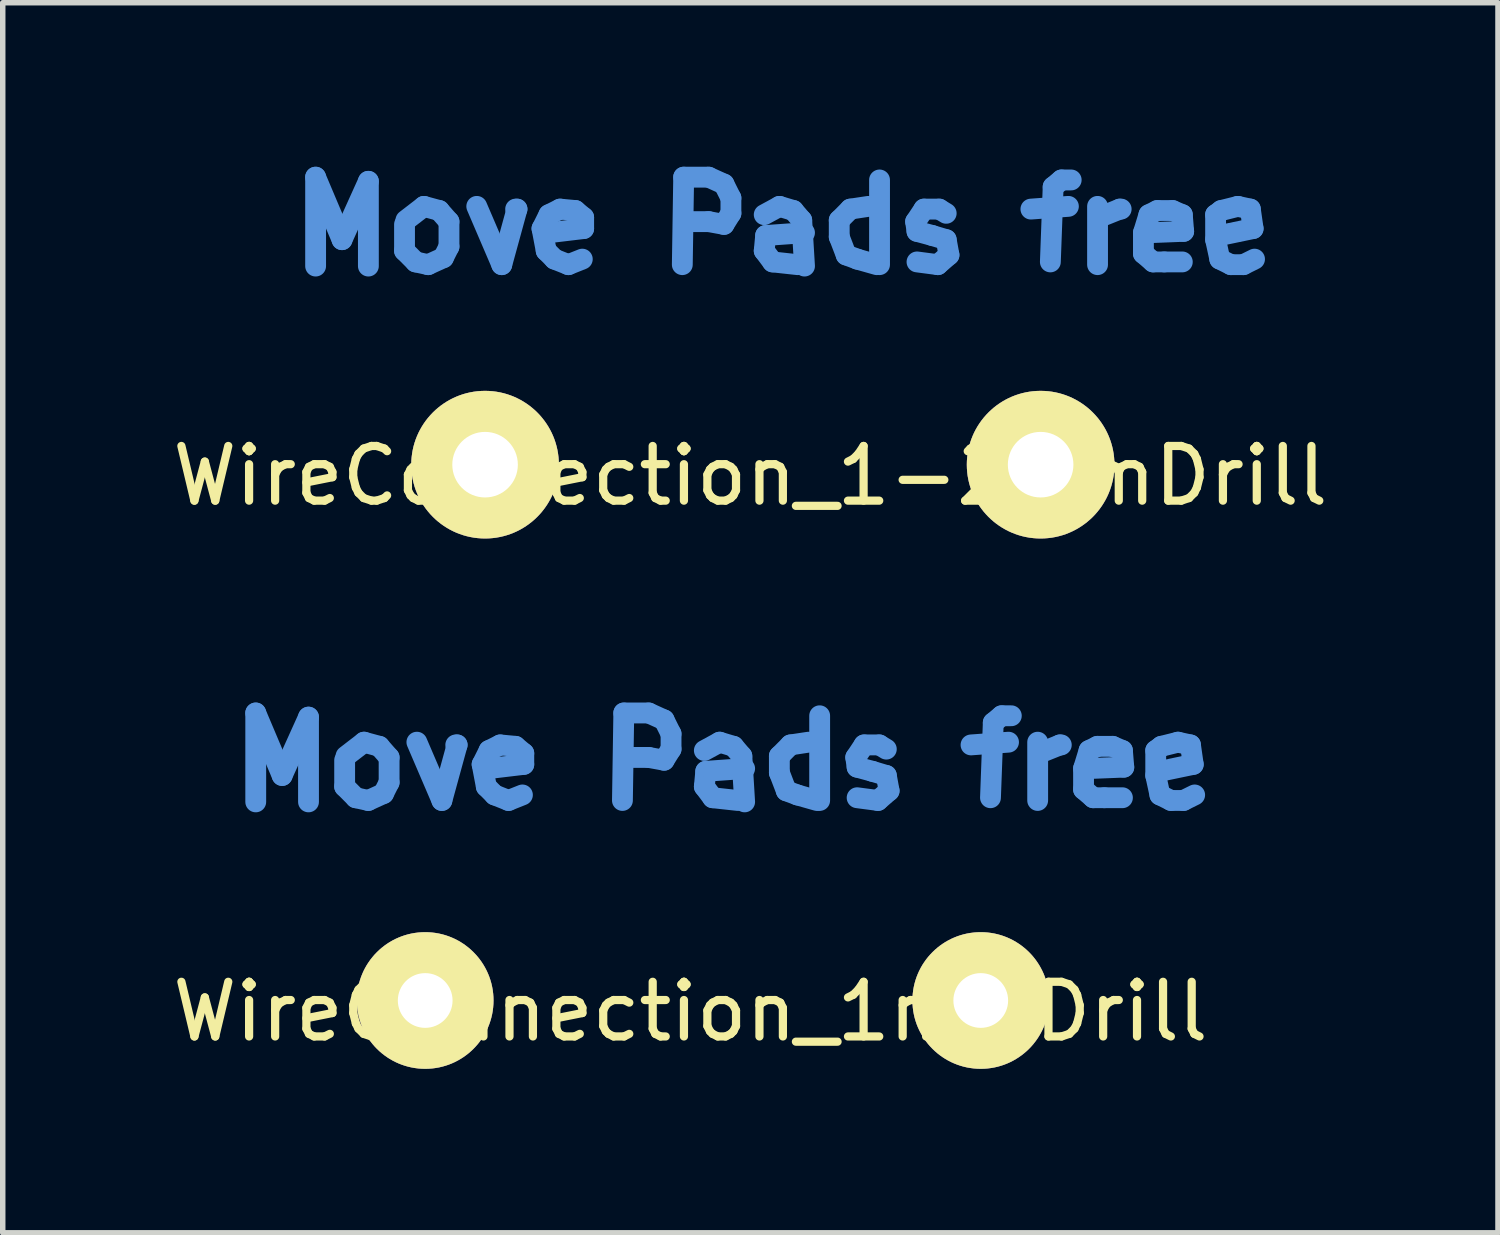
<source format=kicad_pcb>
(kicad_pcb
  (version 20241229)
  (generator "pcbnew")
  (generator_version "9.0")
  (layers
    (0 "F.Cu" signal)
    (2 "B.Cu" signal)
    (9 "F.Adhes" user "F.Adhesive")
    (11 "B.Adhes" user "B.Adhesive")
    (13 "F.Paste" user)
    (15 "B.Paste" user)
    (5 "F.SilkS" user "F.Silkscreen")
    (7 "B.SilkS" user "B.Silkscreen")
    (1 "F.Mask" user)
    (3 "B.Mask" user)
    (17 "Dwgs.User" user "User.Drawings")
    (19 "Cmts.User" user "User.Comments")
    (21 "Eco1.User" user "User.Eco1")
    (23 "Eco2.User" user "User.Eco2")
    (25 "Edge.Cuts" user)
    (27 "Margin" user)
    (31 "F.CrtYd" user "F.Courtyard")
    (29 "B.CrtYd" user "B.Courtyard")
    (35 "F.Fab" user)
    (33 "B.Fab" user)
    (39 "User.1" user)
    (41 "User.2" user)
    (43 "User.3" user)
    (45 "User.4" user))
  (footprint "WireConnection_1mmDrill"
    (layer "F.Cu")
    (at 9.806 15.247)
    (property "Reference" "WireConnection_1mmDrill" (at -0.229 0.203 0) (layer "F.SilkS") (effects (font (size 1 1) (thickness 0.15))))
    (attr through_hole)
    (fp_line (start -8.179 -5.258) (end -7.696 -4.115) (stroke (width 0.381) (type solid)) (layer "Cmts.User"))
    (fp_line (start -8.179 -3.632) (end -8.179 -5.258) (stroke (width 0.381) (type solid)) (layer "Cmts.User"))
    (fp_line (start -7.696 -4.115) (end -7.214 -5.182) (stroke (width 0.381) (type solid)) (layer "Cmts.User"))
    (fp_line (start -7.214 -5.182) (end -7.214 -3.632) (stroke (width 0.381) (type solid)) (layer "Cmts.User"))
    (fp_line (start -6.553 -4.394) (end -6.553 -3.912) (stroke (width 0.381) (type solid)) (layer "Cmts.User"))
    (fp_line (start -6.553 -3.912) (end -6.35 -3.708) (stroke (width 0.381) (type solid)) (layer "Cmts.User"))
    (fp_line (start -6.35 -3.708) (end -6.121 -3.658) (stroke (width 0.381) (type solid)) (layer "Cmts.User"))
    (fp_line (start -6.198 -4.724) (end -6.528 -4.47) (stroke (width 0.381) (type solid)) (layer "Cmts.User"))
    (fp_line (start -6.121 -3.658) (end -5.842 -3.785) (stroke (width 0.381) (type solid)) (layer "Cmts.User"))
    (fp_line (start -5.918 -4.648) (end -6.198 -4.724) (stroke (width 0.381) (type solid)) (layer "Cmts.User"))
    (fp_line (start -5.842 -3.785) (end -5.74 -3.988) (stroke (width 0.381) (type solid)) (layer "Cmts.User"))
    (fp_line (start -5.74 -4.445) (end -5.918 -4.648) (stroke (width 0.381) (type solid)) (layer "Cmts.User"))
    (fp_line (start -5.74 -3.988) (end -5.74 -4.445) (stroke (width 0.381) (type solid)) (layer "Cmts.User"))
    (fp_line (start -5.232 -4.724) (end -4.775 -3.658) (stroke (width 0.381) (type solid)) (layer "Cmts.User"))
    (fp_line (start -4.775 -3.658) (end -4.496 -4.674) (stroke (width 0.381) (type solid)) (layer "Cmts.User"))
    (fp_line (start -4.496 -4.674) (end -4.521 -4.674) (stroke (width 0.381) (type solid)) (layer "Cmts.User"))
    (fp_line (start -4.039 -4.318) (end -3.912 -4.572) (stroke (width 0.381) (type solid)) (layer "Cmts.User"))
    (fp_line (start -3.962 -3.912) (end -4.039 -4.318) (stroke (width 0.381) (type solid)) (layer "Cmts.User"))
    (fp_line (start -3.912 -4.572) (end -3.708 -4.674) (stroke (width 0.381) (type solid)) (layer "Cmts.User"))
    (fp_line (start -3.81 -3.759) (end -3.962 -3.912) (stroke (width 0.381) (type solid)) (layer "Cmts.User"))
    (fp_line (start -3.708 -4.674) (end -3.429 -4.648) (stroke (width 0.381) (type solid)) (layer "Cmts.User"))
    (fp_line (start -3.556 -3.658) (end -3.81 -3.759) (stroke (width 0.381) (type solid)) (layer "Cmts.User"))
    (fp_line (start -3.429 -4.648) (end -3.277 -4.521) (stroke (width 0.381) (type solid)) (layer "Cmts.User"))
    (fp_line (start -3.302 -3.759) (end -3.556 -3.658) (stroke (width 0.381) (type solid)) (layer "Cmts.User"))
    (fp_line (start -3.277 -4.521) (end -3.277 -4.318) (stroke (width 0.381) (type solid)) (layer "Cmts.User"))
    (fp_line (start -3.277 -4.318) (end -3.912 -4.242) (stroke (width 0.381) (type solid)) (layer "Cmts.User"))
    (fp_line (start -1.473 -3.658) (end -1.448 -5.258) (stroke (width 0.381) (type solid)) (layer "Cmts.User"))
    (fp_line (start -1.448 -5.258) (end -0.991 -5.258) (stroke (width 0.381) (type solid)) (layer "Cmts.User"))
    (fp_line (start -0.991 -5.258) (end -0.711 -5.131) (stroke (width 0.381) (type solid)) (layer "Cmts.User"))
    (fp_line (start -0.991 -4.445) (end -1.448 -4.445) (stroke (width 0.381) (type solid)) (layer "Cmts.User"))
    (fp_line (start -0.711 -5.131) (end -0.584 -4.877) (stroke (width 0.381) (type solid)) (layer "Cmts.User"))
    (fp_line (start -0.711 -4.394) (end -0.991 -4.445) (stroke (width 0.381) (type solid)) (layer "Cmts.User"))
    (fp_line (start -0.584 -4.877) (end -0.584 -4.597) (stroke (width 0.381) (type solid)) (layer "Cmts.User"))
    (fp_line (start -0.584 -4.597) (end -0.711 -4.394) (stroke (width 0.381) (type solid)) (layer "Cmts.User"))
    (fp_line (start 0.025 -4.572) (end 0.305 -4.724) (stroke (width 0.381) (type solid)) (layer "Cmts.User"))
    (fp_line (start 0.025 -3.912) (end 0.051 -4.191) (stroke (width 0.381) (type solid)) (layer "Cmts.User"))
    (fp_line (start 0.051 -4.191) (end 0.762 -4.242) (stroke (width 0.381) (type solid)) (layer "Cmts.User"))
    (fp_line (start 0.178 -3.708) (end 0.025 -3.912) (stroke (width 0.381) (type solid)) (layer "Cmts.User"))
    (fp_line (start 0.305 -4.724) (end 0.559 -4.648) (stroke (width 0.381) (type solid)) (layer "Cmts.User"))
    (fp_line (start 0.559 -4.648) (end 0.711 -4.47) (stroke (width 0.381) (type solid)) (layer "Cmts.User"))
    (fp_line (start 0.635 -3.658) (end 0.178 -3.708) (stroke (width 0.381) (type solid)) (layer "Cmts.User"))
    (fp_line (start 0.711 -4.47) (end 0.762 -3.632) (stroke (width 0.381) (type solid)) (layer "Cmts.User"))
    (fp_line (start 1.397 -4.47) (end 1.6 -4.674) (stroke (width 0.381) (type solid)) (layer "Cmts.User"))
    (fp_line (start 1.397 -4.166) (end 1.397 -4.47) (stroke (width 0.381) (type solid)) (layer "Cmts.User"))
    (fp_line (start 1.524 -3.835) (end 1.397 -4.166) (stroke (width 0.381) (type solid)) (layer "Cmts.User"))
    (fp_line (start 1.6 -4.674) (end 1.93 -4.724) (stroke (width 0.381) (type solid)) (layer "Cmts.User"))
    (fp_line (start 1.727 -3.759) (end 1.524 -3.835) (stroke (width 0.381) (type solid)) (layer "Cmts.User"))
    (fp_line (start 2.083 -3.658) (end 1.727 -3.759) (stroke (width 0.381) (type solid)) (layer "Cmts.User"))
    (fp_line (start 2.134 -5.207) (end 2.134 -3.658) (stroke (width 0.381) (type solid)) (layer "Cmts.User"))
    (fp_line (start 2.794 -4.445) (end 2.819 -4.267) (stroke (width 0.381) (type solid)) (layer "Cmts.User"))
    (fp_line (start 2.819 -4.267) (end 3.099 -4.191) (stroke (width 0.381) (type solid)) (layer "Cmts.User"))
    (fp_line (start 2.946 -4.674) (end 2.794 -4.445) (stroke (width 0.381) (type solid)) (layer "Cmts.User"))
    (fp_line (start 3.099 -4.191) (end 3.353 -4.115) (stroke (width 0.381) (type solid)) (layer "Cmts.User"))
    (fp_line (start 3.2 -3.658) (end 2.819 -3.708) (stroke (width 0.381) (type solid)) (layer "Cmts.User"))
    (fp_line (start 3.226 -4.674) (end 2.946 -4.674) (stroke (width 0.381) (type solid)) (layer "Cmts.User"))
    (fp_line (start 3.353 -4.597) (end 3.226 -4.674) (stroke (width 0.381) (type solid)) (layer "Cmts.User"))
    (fp_line (start 3.353 -4.115) (end 3.404 -3.835) (stroke (width 0.381) (type solid)) (layer "Cmts.User"))
    (fp_line (start 3.404 -3.835) (end 3.2 -3.658) (stroke (width 0.381) (type solid)) (layer "Cmts.User"))
    (fp_line (start 4.902 -4.674) (end 5.588 -4.724) (stroke (width 0.381) (type solid)) (layer "Cmts.User"))
    (fp_line (start 5.309 -5.08) (end 5.258 -3.708) (stroke (width 0.381) (type solid)) (layer "Cmts.User"))
    (fp_line (start 5.461 -5.207) (end 5.309 -5.08) (stroke (width 0.381) (type solid)) (layer "Cmts.User"))
    (fp_line (start 5.639 -5.207) (end 5.461 -5.207) (stroke (width 0.381) (type solid)) (layer "Cmts.User"))
    (fp_line (start 6.121 -4.724) (end 6.121 -3.658) (stroke (width 0.381) (type solid)) (layer "Cmts.User"))
    (fp_line (start 6.147 -4.521) (end 6.528 -4.674) (stroke (width 0.381) (type solid)) (layer "Cmts.User"))
    (fp_line (start 6.528 -4.674) (end 6.553 -4.674) (stroke (width 0.381) (type solid)) (layer "Cmts.User"))
    (fp_line (start 6.96 -4.242) (end 7.061 -4.572) (stroke (width 0.381) (type solid)) (layer "Cmts.User"))
    (fp_line (start 6.96 -3.861) (end 6.96 -4.242) (stroke (width 0.381) (type solid)) (layer "Cmts.User"))
    (fp_line (start 7.061 -4.572) (end 7.214 -4.648) (stroke (width 0.381) (type solid)) (layer "Cmts.User"))
    (fp_line (start 7.137 -3.708) (end 6.96 -3.861) (stroke (width 0.381) (type solid)) (layer "Cmts.User"))
    (fp_line (start 7.214 -4.648) (end 7.493 -4.648) (stroke (width 0.381) (type solid)) (layer "Cmts.User"))
    (fp_line (start 7.341 -3.708) (end 7.137 -3.708) (stroke (width 0.381) (type solid)) (layer "Cmts.User"))
    (fp_line (start 7.493 -4.648) (end 7.671 -4.572) (stroke (width 0.381) (type solid)) (layer "Cmts.User"))
    (fp_line (start 7.671 -4.572) (end 7.696 -4.267) (stroke (width 0.381) (type solid)) (layer "Cmts.User"))
    (fp_line (start 7.671 -3.708) (end 7.341 -3.708) (stroke (width 0.381) (type solid)) (layer "Cmts.User"))
    (fp_line (start 7.696 -4.267) (end 7.061 -4.242) (stroke (width 0.381) (type solid)) (layer "Cmts.User"))
    (fp_line (start 8.28 -4.572) (end 8.382 -4.648) (stroke (width 0.381) (type solid)) (layer "Cmts.User"))
    (fp_line (start 8.28 -4.115) (end 8.28 -4.572) (stroke (width 0.381) (type solid)) (layer "Cmts.User"))
    (fp_line (start 8.357 -4.191) (end 8.357 -4.242) (stroke (width 0.381) (type solid)) (layer "Cmts.User"))
    (fp_line (start 8.357 -3.759) (end 8.28 -4.115) (stroke (width 0.381) (type solid)) (layer "Cmts.User"))
    (fp_line (start 8.382 -4.648) (end 8.687 -4.724) (stroke (width 0.381) (type solid)) (layer "Cmts.User"))
    (fp_line (start 8.56 -3.658) (end 8.357 -3.759) (stroke (width 0.381) (type solid)) (layer "Cmts.User"))
    (fp_line (start 8.687 -4.724) (end 8.915 -4.674) (stroke (width 0.381) (type solid)) (layer "Cmts.User"))
    (fp_line (start 8.788 -3.658) (end 8.56 -3.658) (stroke (width 0.381) (type solid)) (layer "Cmts.User"))
    (fp_line (start 8.915 -4.674) (end 8.966 -4.318) (stroke (width 0.381) (type solid)) (layer "Cmts.User"))
    (fp_line (start 8.966 -4.318) (end 8.357 -4.191) (stroke (width 0.381) (type solid)) (layer "Cmts.User"))
    (fp_line (start 8.992 -3.759) (end 8.788 -3.658) (stroke (width 0.381) (type solid)) (layer "Cmts.User"))
    (pad "1" thru_hole circle (at -5.08 0) (size 2.499 2.499) (drill 1.001) (layers "*.Cu" "*.Mask" "F.SilkS"))
    (pad "2" thru_hole circle (at 5.08 0) (size 2.499 2.499) (drill 1.001) (layers "*.Cu" "*.Mask" "F.SilkS")))
  (footprint "WireConnection_1-2mmDrill"
    (layer "F.Cu")
    (at 10.901 5.448)
    (property "Reference" "WireConnection_1-2mmDrill" (at -0.229 0.203 0) (layer "F.SilkS") (effects (font (size 1 1) (thickness 0.15))))
    (attr through_hole)
    (fp_line (start -8.179 -5.258) (end -7.696 -4.115) (stroke (width 0.381) (type solid)) (layer "Cmts.User"))
    (fp_line (start -8.179 -3.632) (end -8.179 -5.258) (stroke (width 0.381) (type solid)) (layer "Cmts.User"))
    (fp_line (start -7.696 -4.115) (end -7.214 -5.182) (stroke (width 0.381) (type solid)) (layer "Cmts.User"))
    (fp_line (start -7.214 -5.182) (end -7.214 -3.632) (stroke (width 0.381) (type solid)) (layer "Cmts.User"))
    (fp_line (start -6.553 -4.394) (end -6.553 -3.912) (stroke (width 0.381) (type solid)) (layer "Cmts.User"))
    (fp_line (start -6.553 -3.912) (end -6.35 -3.708) (stroke (width 0.381) (type solid)) (layer "Cmts.User"))
    (fp_line (start -6.35 -3.708) (end -6.121 -3.658) (stroke (width 0.381) (type solid)) (layer "Cmts.User"))
    (fp_line (start -6.198 -4.724) (end -6.528 -4.47) (stroke (width 0.381) (type solid)) (layer "Cmts.User"))
    (fp_line (start -6.121 -3.658) (end -5.842 -3.785) (stroke (width 0.381) (type solid)) (layer "Cmts.User"))
    (fp_line (start -5.918 -4.648) (end -6.198 -4.724) (stroke (width 0.381) (type solid)) (layer "Cmts.User"))
    (fp_line (start -5.842 -3.785) (end -5.74 -3.988) (stroke (width 0.381) (type solid)) (layer "Cmts.User"))
    (fp_line (start -5.74 -4.445) (end -5.918 -4.648) (stroke (width 0.381) (type solid)) (layer "Cmts.User"))
    (fp_line (start -5.74 -3.988) (end -5.74 -4.445) (stroke (width 0.381) (type solid)) (layer "Cmts.User"))
    (fp_line (start -5.232 -4.724) (end -4.775 -3.658) (stroke (width 0.381) (type solid)) (layer "Cmts.User"))
    (fp_line (start -4.775 -3.658) (end -4.496 -4.674) (stroke (width 0.381) (type solid)) (layer "Cmts.User"))
    (fp_line (start -4.496 -4.674) (end -4.521 -4.674) (stroke (width 0.381) (type solid)) (layer "Cmts.User"))
    (fp_line (start -4.039 -4.318) (end -3.912 -4.572) (stroke (width 0.381) (type solid)) (layer "Cmts.User"))
    (fp_line (start -3.962 -3.912) (end -4.039 -4.318) (stroke (width 0.381) (type solid)) (layer "Cmts.User"))
    (fp_line (start -3.912 -4.572) (end -3.708 -4.674) (stroke (width 0.381) (type solid)) (layer "Cmts.User"))
    (fp_line (start -3.81 -3.759) (end -3.962 -3.912) (stroke (width 0.381) (type solid)) (layer "Cmts.User"))
    (fp_line (start -3.708 -4.674) (end -3.429 -4.648) (stroke (width 0.381) (type solid)) (layer "Cmts.User"))
    (fp_line (start -3.556 -3.658) (end -3.81 -3.759) (stroke (width 0.381) (type solid)) (layer "Cmts.User"))
    (fp_line (start -3.429 -4.648) (end -3.277 -4.521) (stroke (width 0.381) (type solid)) (layer "Cmts.User"))
    (fp_line (start -3.302 -3.759) (end -3.556 -3.658) (stroke (width 0.381) (type solid)) (layer "Cmts.User"))
    (fp_line (start -3.277 -4.521) (end -3.277 -4.318) (stroke (width 0.381) (type solid)) (layer "Cmts.User"))
    (fp_line (start -3.277 -4.318) (end -3.912 -4.242) (stroke (width 0.381) (type solid)) (layer "Cmts.User"))
    (fp_line (start -1.473 -3.658) (end -1.448 -5.258) (stroke (width 0.381) (type solid)) (layer "Cmts.User"))
    (fp_line (start -1.448 -5.258) (end -0.991 -5.258) (stroke (width 0.381) (type solid)) (layer "Cmts.User"))
    (fp_line (start -0.991 -5.258) (end -0.711 -5.131) (stroke (width 0.381) (type solid)) (layer "Cmts.User"))
    (fp_line (start -0.991 -4.445) (end -1.448 -4.445) (stroke (width 0.381) (type solid)) (layer "Cmts.User"))
    (fp_line (start -0.711 -5.131) (end -0.584 -4.877) (stroke (width 0.381) (type solid)) (layer "Cmts.User"))
    (fp_line (start -0.711 -4.394) (end -0.991 -4.445) (stroke (width 0.381) (type solid)) (layer "Cmts.User"))
    (fp_line (start -0.584 -4.877) (end -0.584 -4.597) (stroke (width 0.381) (type solid)) (layer "Cmts.User"))
    (fp_line (start -0.584 -4.597) (end -0.711 -4.394) (stroke (width 0.381) (type solid)) (layer "Cmts.User"))
    (fp_line (start 0.025 -4.572) (end 0.305 -4.724) (stroke (width 0.381) (type solid)) (layer "Cmts.User"))
    (fp_line (start 0.025 -3.912) (end 0.051 -4.191) (stroke (width 0.381) (type solid)) (layer "Cmts.User"))
    (fp_line (start 0.051 -4.191) (end 0.762 -4.242) (stroke (width 0.381) (type solid)) (layer "Cmts.User"))
    (fp_line (start 0.178 -3.708) (end 0.025 -3.912) (stroke (width 0.381) (type solid)) (layer "Cmts.User"))
    (fp_line (start 0.305 -4.724) (end 0.559 -4.648) (stroke (width 0.381) (type solid)) (layer "Cmts.User"))
    (fp_line (start 0.559 -4.648) (end 0.711 -4.47) (stroke (width 0.381) (type solid)) (layer "Cmts.User"))
    (fp_line (start 0.635 -3.658) (end 0.178 -3.708) (stroke (width 0.381) (type solid)) (layer "Cmts.User"))
    (fp_line (start 0.711 -4.47) (end 0.762 -3.632) (stroke (width 0.381) (type solid)) (layer "Cmts.User"))
    (fp_line (start 1.397 -4.47) (end 1.6 -4.674) (stroke (width 0.381) (type solid)) (layer "Cmts.User"))
    (fp_line (start 1.397 -4.166) (end 1.397 -4.47) (stroke (width 0.381) (type solid)) (layer "Cmts.User"))
    (fp_line (start 1.524 -3.835) (end 1.397 -4.166) (stroke (width 0.381) (type solid)) (layer "Cmts.User"))
    (fp_line (start 1.6 -4.674) (end 1.93 -4.724) (stroke (width 0.381) (type solid)) (layer "Cmts.User"))
    (fp_line (start 1.727 -3.759) (end 1.524 -3.835) (stroke (width 0.381) (type solid)) (layer "Cmts.User"))
    (fp_line (start 2.083 -3.658) (end 1.727 -3.759) (stroke (width 0.381) (type solid)) (layer "Cmts.User"))
    (fp_line (start 2.134 -5.207) (end 2.134 -3.658) (stroke (width 0.381) (type solid)) (layer "Cmts.User"))
    (fp_line (start 2.794 -4.445) (end 2.819 -4.267) (stroke (width 0.381) (type solid)) (layer "Cmts.User"))
    (fp_line (start 2.819 -4.267) (end 3.099 -4.191) (stroke (width 0.381) (type solid)) (layer "Cmts.User"))
    (fp_line (start 2.946 -4.674) (end 2.794 -4.445) (stroke (width 0.381) (type solid)) (layer "Cmts.User"))
    (fp_line (start 3.099 -4.191) (end 3.353 -4.115) (stroke (width 0.381) (type solid)) (layer "Cmts.User"))
    (fp_line (start 3.2 -3.658) (end 2.819 -3.708) (stroke (width 0.381) (type solid)) (layer "Cmts.User"))
    (fp_line (start 3.226 -4.674) (end 2.946 -4.674) (stroke (width 0.381) (type solid)) (layer "Cmts.User"))
    (fp_line (start 3.353 -4.597) (end 3.226 -4.674) (stroke (width 0.381) (type solid)) (layer "Cmts.User"))
    (fp_line (start 3.353 -4.115) (end 3.404 -3.835) (stroke (width 0.381) (type solid)) (layer "Cmts.User"))
    (fp_line (start 3.404 -3.835) (end 3.2 -3.658) (stroke (width 0.381) (type solid)) (layer "Cmts.User"))
    (fp_line (start 4.902 -4.674) (end 5.588 -4.724) (stroke (width 0.381) (type solid)) (layer "Cmts.User"))
    (fp_line (start 5.309 -5.08) (end 5.258 -3.708) (stroke (width 0.381) (type solid)) (layer "Cmts.User"))
    (fp_line (start 5.461 -5.207) (end 5.309 -5.08) (stroke (width 0.381) (type solid)) (layer "Cmts.User"))
    (fp_line (start 5.639 -5.207) (end 5.461 -5.207) (stroke (width 0.381) (type solid)) (layer "Cmts.User"))
    (fp_line (start 6.121 -4.724) (end 6.121 -3.658) (stroke (width 0.381) (type solid)) (layer "Cmts.User"))
    (fp_line (start 6.147 -4.521) (end 6.528 -4.674) (stroke (width 0.381) (type solid)) (layer "Cmts.User"))
    (fp_line (start 6.528 -4.674) (end 6.553 -4.674) (stroke (width 0.381) (type solid)) (layer "Cmts.User"))
    (fp_line (start 6.96 -4.242) (end 7.061 -4.572) (stroke (width 0.381) (type solid)) (layer "Cmts.User"))
    (fp_line (start 6.96 -3.861) (end 6.96 -4.242) (stroke (width 0.381) (type solid)) (layer "Cmts.User"))
    (fp_line (start 7.061 -4.572) (end 7.214 -4.648) (stroke (width 0.381) (type solid)) (layer "Cmts.User"))
    (fp_line (start 7.137 -3.708) (end 6.96 -3.861) (stroke (width 0.381) (type solid)) (layer "Cmts.User"))
    (fp_line (start 7.214 -4.648) (end 7.493 -4.648) (stroke (width 0.381) (type solid)) (layer "Cmts.User"))
    (fp_line (start 7.341 -3.708) (end 7.137 -3.708) (stroke (width 0.381) (type solid)) (layer "Cmts.User"))
    (fp_line (start 7.493 -4.648) (end 7.671 -4.572) (stroke (width 0.381) (type solid)) (layer "Cmts.User"))
    (fp_line (start 7.671 -4.572) (end 7.696 -4.267) (stroke (width 0.381) (type solid)) (layer "Cmts.User"))
    (fp_line (start 7.671 -3.708) (end 7.341 -3.708) (stroke (width 0.381) (type solid)) (layer "Cmts.User"))
    (fp_line (start 7.696 -4.267) (end 7.061 -4.242) (stroke (width 0.381) (type solid)) (layer "Cmts.User"))
    (fp_line (start 8.28 -4.572) (end 8.382 -4.648) (stroke (width 0.381) (type solid)) (layer "Cmts.User"))
    (fp_line (start 8.28 -4.115) (end 8.28 -4.572) (stroke (width 0.381) (type solid)) (layer "Cmts.User"))
    (fp_line (start 8.357 -4.191) (end 8.357 -4.242) (stroke (width 0.381) (type solid)) (layer "Cmts.User"))
    (fp_line (start 8.357 -3.759) (end 8.28 -4.115) (stroke (width 0.381) (type solid)) (layer "Cmts.User"))
    (fp_line (start 8.382 -4.648) (end 8.687 -4.724) (stroke (width 0.381) (type solid)) (layer "Cmts.User"))
    (fp_line (start 8.56 -3.658) (end 8.357 -3.759) (stroke (width 0.381) (type solid)) (layer "Cmts.User"))
    (fp_line (start 8.687 -4.724) (end 8.915 -4.674) (stroke (width 0.381) (type solid)) (layer "Cmts.User"))
    (fp_line (start 8.788 -3.658) (end 8.56 -3.658) (stroke (width 0.381) (type solid)) (layer "Cmts.User"))
    (fp_line (start 8.915 -4.674) (end 8.966 -4.318) (stroke (width 0.381) (type solid)) (layer "Cmts.User"))
    (fp_line (start 8.966 -4.318) (end 8.357 -4.191) (stroke (width 0.381) (type solid)) (layer "Cmts.User"))
    (fp_line (start 8.992 -3.759) (end 8.788 -3.658) (stroke (width 0.381) (type solid)) (layer "Cmts.User"))
    (pad "1" thru_hole circle (at -5.08 0) (size 2.7 2.7) (drill 1.199) (layers "*.Cu" "*.Mask" "F.SilkS"))
    (pad "2" thru_hole circle (at 5.08 0) (size 2.7 2.7) (drill 1.199) (layers "*.Cu" "*.Mask" "F.SilkS")))
  (gr_rect
    (start -3 -3)
    (end 24.345 19.496)
    (stroke (width 0.1) (type default))
    (fill no)
    (layer "Edge.Cuts")))
</source>
